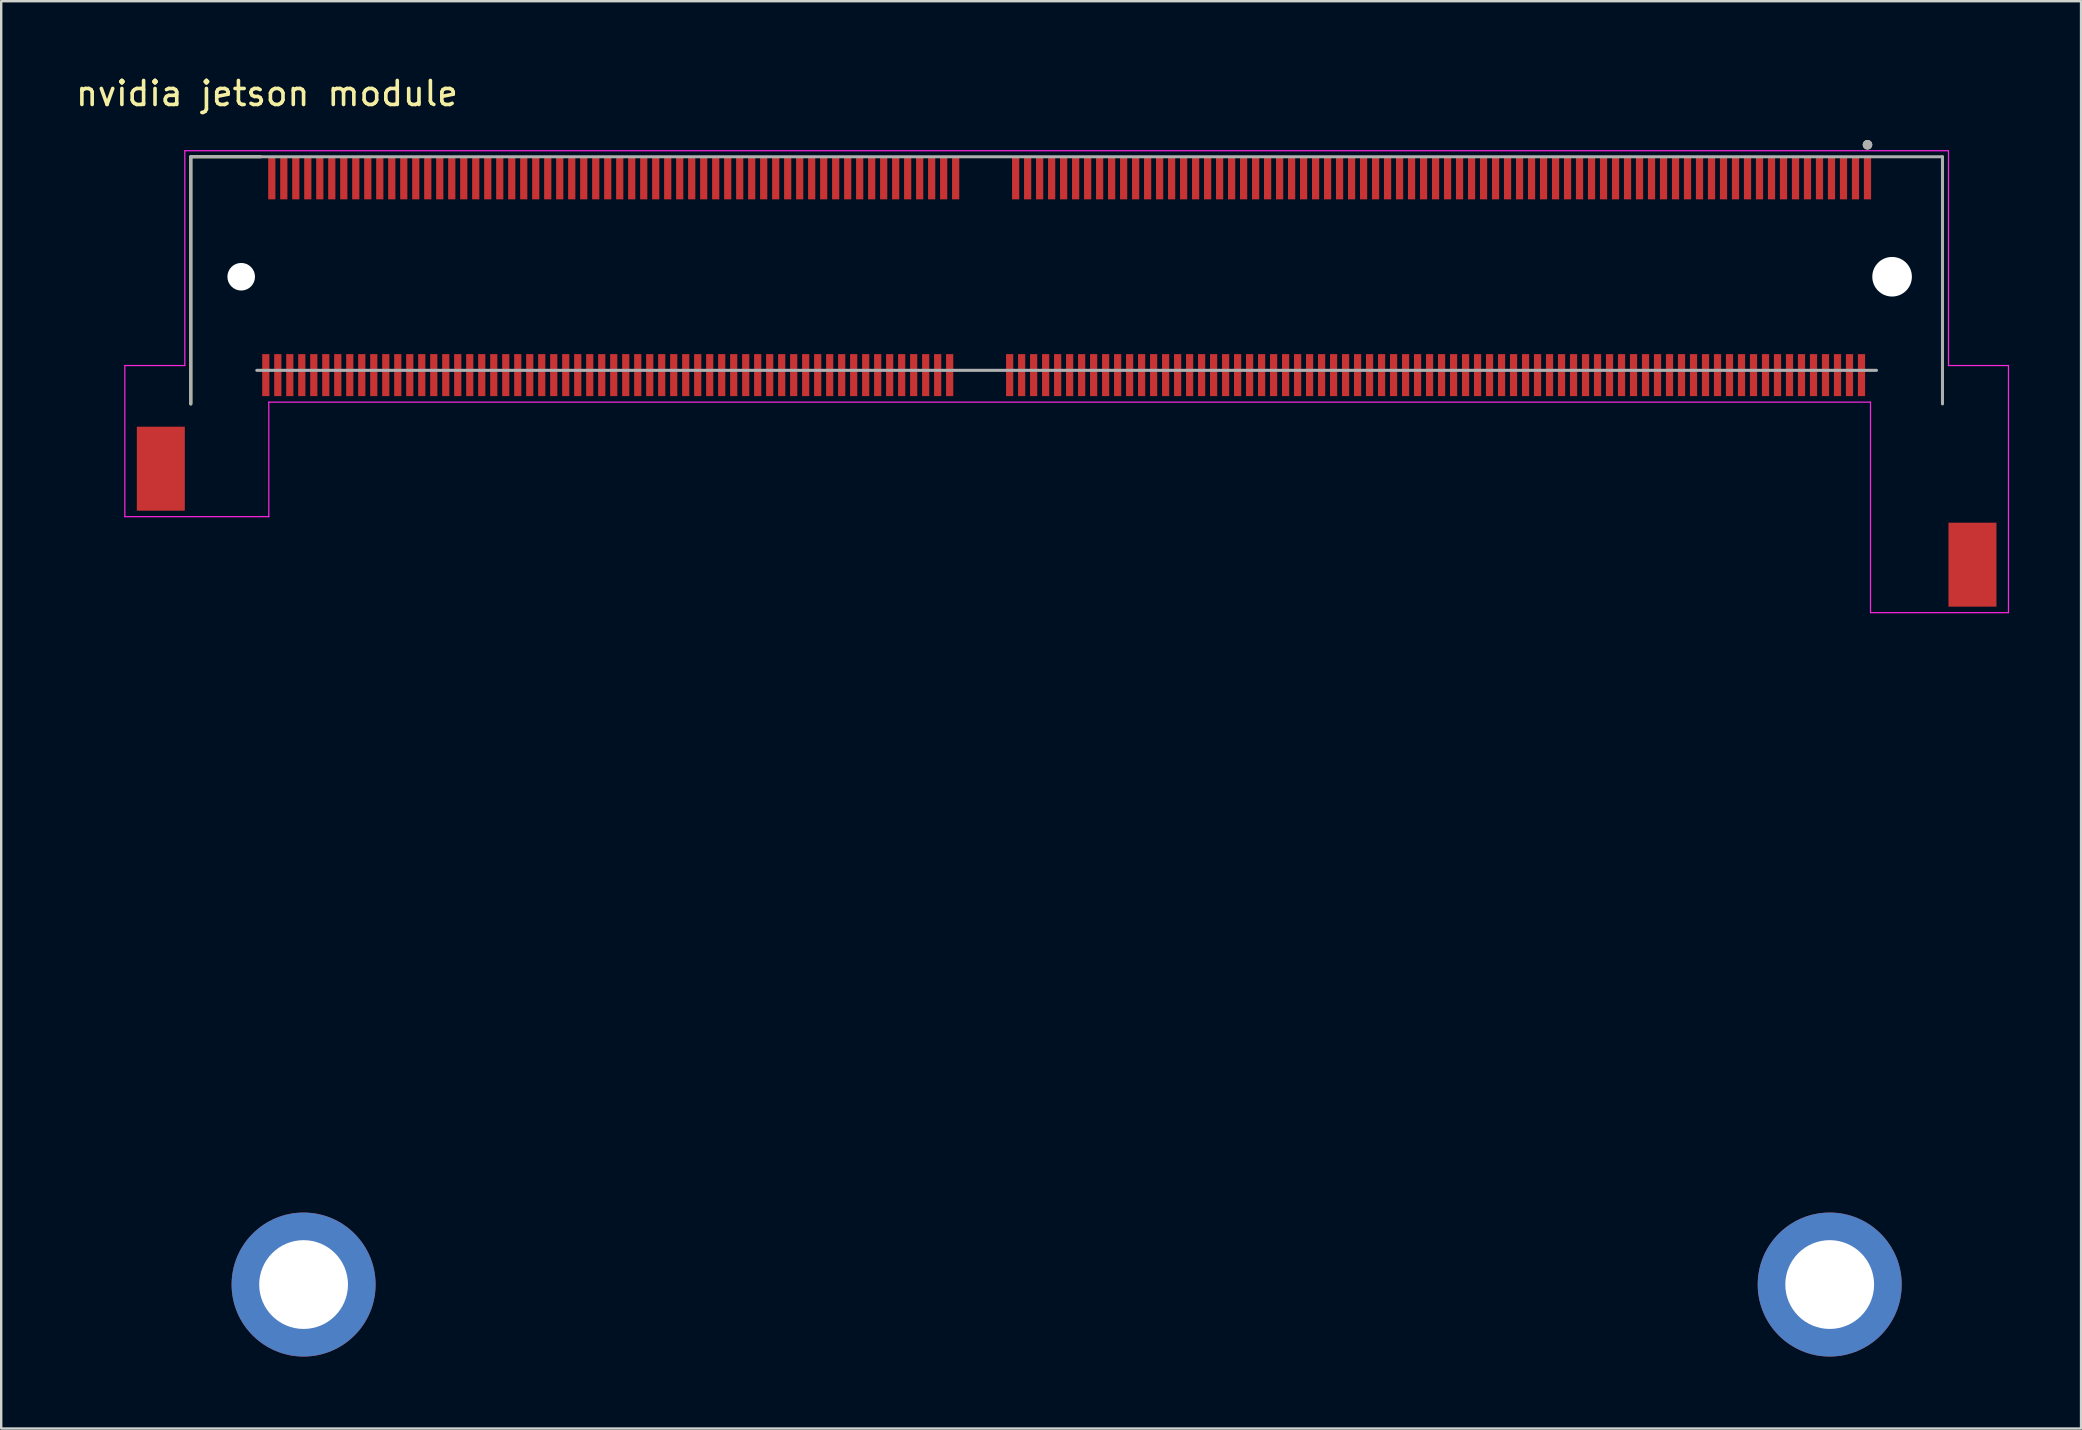
<source format=kicad_pcb>
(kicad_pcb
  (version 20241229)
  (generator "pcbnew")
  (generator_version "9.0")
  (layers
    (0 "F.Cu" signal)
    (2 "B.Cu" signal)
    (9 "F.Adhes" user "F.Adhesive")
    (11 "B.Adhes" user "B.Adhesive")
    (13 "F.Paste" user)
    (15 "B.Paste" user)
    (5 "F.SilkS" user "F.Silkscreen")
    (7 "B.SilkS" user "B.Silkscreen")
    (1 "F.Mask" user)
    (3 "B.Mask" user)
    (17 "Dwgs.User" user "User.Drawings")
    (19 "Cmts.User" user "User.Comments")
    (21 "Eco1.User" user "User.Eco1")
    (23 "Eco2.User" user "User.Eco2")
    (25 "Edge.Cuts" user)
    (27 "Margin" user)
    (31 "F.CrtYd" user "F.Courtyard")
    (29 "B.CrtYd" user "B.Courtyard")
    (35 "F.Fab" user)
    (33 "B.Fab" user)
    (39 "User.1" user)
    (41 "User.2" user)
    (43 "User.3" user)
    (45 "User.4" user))
  (footprint "nvidia jetson module"
    (layer "F.Cu")
    (at 37.902 8.483)
    (property "Reference" "nvidia jetson module" (at -29.825 -7.635 0) (layer "F.SilkS") (effects (font (size 1 1) (thickness 0.15))))
    (attr smd)
    (fp_line (start -33 -5) (end -33 5.3) (stroke (width 0.127) (type solid)) (layer "F.SilkS"))
    (fp_line (start -30.095 -5) (end -33 -5) (stroke (width 0.127) (type solid)) (layer "F.SilkS"))
    (fp_circle (center 36.875 -5.5) (end 36.975 -5.5) (stroke (width 0.2) (type solid)) (fill no) (layer "F.SilkS"))
    (fp_line (start -35.75 3.7) (end -33.25 3.7) (stroke (width 0.05) (type solid)) (layer "F.CrtYd"))
    (fp_line (start -35.75 10) (end -35.75 3.7) (stroke (width 0.05) (type solid)) (layer "F.CrtYd"))
    (fp_line (start -33.25 -5.25) (end 40.25 -5.25) (stroke (width 0.05) (type solid)) (layer "F.CrtYd"))
    (fp_line (start -33.25 3.7) (end -33.25 -5.25) (stroke (width 0.05) (type solid)) (layer "F.CrtYd"))
    (fp_line (start -29.75 5.225) (end -29.75 10) (stroke (width 0.05) (type solid)) (layer "F.CrtYd"))
    (fp_line (start -29.75 10) (end -35.75 10) (stroke (width 0.05) (type solid)) (layer "F.CrtYd"))
    (fp_line (start 37 5.225) (end -29.75 5.225) (stroke (width 0.05) (type solid)) (layer "F.CrtYd"))
    (fp_line (start 37 14) (end 37 5.225) (stroke (width 0.05) (type solid)) (layer "F.CrtYd"))
    (fp_line (start 40.25 -5.25) (end 40.25 3.7) (stroke (width 0.05) (type solid)) (layer "F.CrtYd"))
    (fp_line (start 40.25 3.7) (end 42.75 3.7) (stroke (width 0.05) (type solid)) (layer "F.CrtYd"))
    (fp_line (start 42.75 3.7) (end 42.75 14) (stroke (width 0.05) (type solid)) (layer "F.CrtYd"))
    (fp_line (start 42.75 14) (end 37 14) (stroke (width 0.05) (type solid)) (layer "F.CrtYd"))
    (fp_line (start -33 -5) (end -33 5.3) (stroke (width 0.127) (type solid)) (layer "F.Fab"))
    (fp_line (start -30.25 3.9) (end 37.25 3.9) (stroke (width 0.127) (type solid)) (layer "F.Fab"))
    (fp_line (start 40 -5) (end -33 -5) (stroke (width 0.127) (type solid)) (layer "F.Fab"))
    (fp_line (start 40 5.3) (end 40 -5) (stroke (width 0.127) (type solid)) (layer "F.Fab"))
    (fp_circle (center 36.875 -5.5) (end 36.975 -5.5) (stroke (width 0.2) (type solid)) (fill no) (layer "F.Fab"))
    (pad "" np_thru_hole circle (at -30.9 0) (size 1.15 1.15) (drill 1.15) (layers "*.Cu" "*.Mask"))
    (pad "" np_thru_hole circle (at -28.3 42) (size 6 6) (drill 3.7) (layers "*.Cu" "*.Mask"))
    (pad "" np_thru_hole circle (at 35.3 42) (size 6 6) (drill 3.7) (layers "*.Cu" "*.Mask"))
    (pad "" np_thru_hole circle (at 37.9 0) (size 1.65 1.65) (drill 1.65) (layers "*.Cu" "*.Mask"))
    (pad "1" smd rect (at 36.875 -4.1 90) (size 1.75 0.3) (layers "F.Cu" "F.Mask" "F.Paste"))
    (pad "2" smd rect (at 36.625 4.1 90) (size 1.75 0.3) (layers "F.Cu" "F.Mask" "F.Paste"))
    (pad "3" smd rect (at 36.375 -4.1 90) (size 1.75 0.3) (layers "F.Cu" "F.Mask" "F.Paste"))
    (pad "4" smd rect (at 36.125 4.1 90) (size 1.75 0.3) (layers "F.Cu" "F.Mask" "F.Paste"))
    (pad "5" smd rect (at 35.875 -4.1 90) (size 1.75 0.3) (layers "F.Cu" "F.Mask" "F.Paste"))
    (pad "6" smd rect (at 35.625 4.1 90) (size 1.75 0.3) (layers "F.Cu" "F.Mask" "F.Paste"))
    (pad "7" smd rect (at 35.375 -4.1 90) (size 1.75 0.3) (layers "F.Cu" "F.Mask" "F.Paste"))
    (pad "8" smd rect (at 35.125 4.1 90) (size 1.75 0.3) (layers "F.Cu" "F.Mask" "F.Paste"))
    (pad "9" smd rect (at 34.875 -4.1 90) (size 1.75 0.3) (layers "F.Cu" "F.Mask" "F.Paste"))
    (pad "10" smd rect (at 34.625 4.1 90) (size 1.75 0.3) (layers "F.Cu" "F.Mask" "F.Paste"))
    (pad "11" smd rect (at 34.375 -4.1 90) (size 1.75 0.3) (layers "F.Cu" "F.Mask" "F.Paste"))
    (pad "12" smd rect (at 34.125 4.1 90) (size 1.75 0.3) (layers "F.Cu" "F.Mask" "F.Paste"))
    (pad "13" smd rect (at 33.875 -4.1 90) (size 1.75 0.3) (layers "F.Cu" "F.Mask" "F.Paste"))
    (pad "14" smd rect (at 33.625 4.1 90) (size 1.75 0.3) (layers "F.Cu" "F.Mask" "F.Paste"))
    (pad "15" smd rect (at 33.375 -4.1 90) (size 1.75 0.3) (layers "F.Cu" "F.Mask" "F.Paste"))
    (pad "16" smd rect (at 33.125 4.1 90) (size 1.75 0.3) (layers "F.Cu" "F.Mask" "F.Paste"))
    (pad "17" smd rect (at 32.875 -4.1 90) (size 1.75 0.3) (layers "F.Cu" "F.Mask" "F.Paste"))
    (pad "18" smd rect (at 32.625 4.1 90) (size 1.75 0.3) (layers "F.Cu" "F.Mask" "F.Paste"))
    (pad "19" smd rect (at 32.375 -4.1 90) (size 1.75 0.3) (layers "F.Cu" "F.Mask" "F.Paste"))
    (pad "20" smd rect (at 32.125 4.1 90) (size 1.75 0.3) (layers "F.Cu" "F.Mask" "F.Paste"))
    (pad "21" smd rect (at 31.875 -4.1 90) (size 1.75 0.3) (layers "F.Cu" "F.Mask" "F.Paste"))
    (pad "22" smd rect (at 31.625 4.1 90) (size 1.75 0.3) (layers "F.Cu" "F.Mask" "F.Paste"))
    (pad "23" smd rect (at 31.375 -4.1 90) (size 1.75 0.3) (layers "F.Cu" "F.Mask" "F.Paste"))
    (pad "24" smd rect (at 31.125 4.1 90) (size 1.75 0.3) (layers "F.Cu" "F.Mask" "F.Paste"))
    (pad "25" smd rect (at 30.875 -4.1 90) (size 1.75 0.3) (layers "F.Cu" "F.Mask" "F.Paste"))
    (pad "26" smd rect (at 30.625 4.1 90) (size 1.75 0.3) (layers "F.Cu" "F.Mask" "F.Paste"))
    (pad "27" smd rect (at 30.375 -4.1 90) (size 1.75 0.3) (layers "F.Cu" "F.Mask" "F.Paste"))
    (pad "28" smd rect (at 30.125 4.1 90) (size 1.75 0.3) (layers "F.Cu" "F.Mask" "F.Paste"))
    (pad "29" smd rect (at 29.875 -4.1 90) (size 1.75 0.3) (layers "F.Cu" "F.Mask" "F.Paste"))
    (pad "30" smd rect (at 29.625 4.1 90) (size 1.75 0.3) (layers "F.Cu" "F.Mask" "F.Paste"))
    (pad "31" smd rect (at 29.375 -4.1 90) (size 1.75 0.3) (layers "F.Cu" "F.Mask" "F.Paste"))
    (pad "32" smd rect (at 29.125 4.1 90) (size 1.75 0.3) (layers "F.Cu" "F.Mask" "F.Paste"))
    (pad "33" smd rect (at 28.875 -4.1 90) (size 1.75 0.3) (layers "F.Cu" "F.Mask" "F.Paste"))
    (pad "34" smd rect (at 28.625 4.1 90) (size 1.75 0.3) (layers "F.Cu" "F.Mask" "F.Paste"))
    (pad "35" smd rect (at 28.375 -4.1 90) (size 1.75 0.3) (layers "F.Cu" "F.Mask" "F.Paste"))
    (pad "36" smd rect (at 28.125 4.1 90) (size 1.75 0.3) (layers "F.Cu" "F.Mask" "F.Paste"))
    (pad "37" smd rect (at 27.875 -4.1 90) (size 1.75 0.3) (layers "F.Cu" "F.Mask" "F.Paste"))
    (pad "38" smd rect (at 27.625 4.1 90) (size 1.75 0.3) (layers "F.Cu" "F.Mask" "F.Paste"))
    (pad "39" smd rect (at 27.375 -4.1 90) (size 1.75 0.3) (layers "F.Cu" "F.Mask" "F.Paste"))
    (pad "40" smd rect (at 27.125 4.1 90) (size 1.75 0.3) (layers "F.Cu" "F.Mask" "F.Paste"))
    (pad "41" smd rect (at 26.875 -4.1 90) (size 1.75 0.3) (layers "F.Cu" "F.Mask" "F.Paste"))
    (pad "42" smd rect (at 26.625 4.1 90) (size 1.75 0.3) (layers "F.Cu" "F.Mask" "F.Paste"))
    (pad "43" smd rect (at 26.375 -4.1 90) (size 1.75 0.3) (layers "F.Cu" "F.Mask" "F.Paste"))
    (pad "44" smd rect (at 26.125 4.1 90) (size 1.75 0.3) (layers "F.Cu" "F.Mask" "F.Paste"))
    (pad "45" smd rect (at 25.875 -4.1 90) (size 1.75 0.3) (layers "F.Cu" "F.Mask" "F.Paste"))
    (pad "46" smd rect (at 25.625 4.1 90) (size 1.75 0.3) (layers "F.Cu" "F.Mask" "F.Paste"))
    (pad "47" smd rect (at 25.375 -4.1 90) (size 1.75 0.3) (layers "F.Cu" "F.Mask" "F.Paste"))
    (pad "48" smd rect (at 25.125 4.1 90) (size 1.75 0.3) (layers "F.Cu" "F.Mask" "F.Paste"))
    (pad "49" smd rect (at 24.875 -4.1 90) (size 1.75 0.3) (layers "F.Cu" "F.Mask" "F.Paste"))
    (pad "50" smd rect (at 24.625 4.1 90) (size 1.75 0.3) (layers "F.Cu" "F.Mask" "F.Paste"))
    (pad "51" smd rect (at 24.375 -4.1 90) (size 1.75 0.3) (layers "F.Cu" "F.Mask" "F.Paste"))
    (pad "52" smd rect (at 24.125 4.1 90) (size 1.75 0.3) (layers "F.Cu" "F.Mask" "F.Paste"))
    (pad "53" smd rect (at 23.875 -4.1 90) (size 1.75 0.3) (layers "F.Cu" "F.Mask" "F.Paste"))
    (pad "54" smd rect (at 23.625 4.1 90) (size 1.75 0.3) (layers "F.Cu" "F.Mask" "F.Paste"))
    (pad "55" smd rect (at 23.375 -4.1 90) (size 1.75 0.3) (layers "F.Cu" "F.Mask" "F.Paste"))
    (pad "56" smd rect (at 23.125 4.1 90) (size 1.75 0.3) (layers "F.Cu" "F.Mask" "F.Paste"))
    (pad "57" smd rect (at 22.875 -4.1 90) (size 1.75 0.3) (layers "F.Cu" "F.Mask" "F.Paste"))
    (pad "58" smd rect (at 22.625 4.1 90) (size 1.75 0.3) (layers "F.Cu" "F.Mask" "F.Paste"))
    (pad "59" smd rect (at 22.375 -4.1 90) (size 1.75 0.3) (layers "F.Cu" "F.Mask" "F.Paste"))
    (pad "60" smd rect (at 22.125 4.1 90) (size 1.75 0.3) (layers "F.Cu" "F.Mask" "F.Paste"))
    (pad "61" smd rect (at 21.875 -4.1 90) (size 1.75 0.3) (layers "F.Cu" "F.Mask" "F.Paste"))
    (pad "62" smd rect (at 21.625 4.1 90) (size 1.75 0.3) (layers "F.Cu" "F.Mask" "F.Paste"))
    (pad "63" smd rect (at 21.375 -4.1 90) (size 1.75 0.3) (layers "F.Cu" "F.Mask" "F.Paste"))
    (pad "64" smd rect (at 21.125 4.1 90) (size 1.75 0.3) (layers "F.Cu" "F.Mask" "F.Paste"))
    (pad "65" smd rect (at 20.875 -4.1 90) (size 1.75 0.3) (layers "F.Cu" "F.Mask" "F.Paste"))
    (pad "66" smd rect (at 20.625 4.1 90) (size 1.75 0.3) (layers "F.Cu" "F.Mask" "F.Paste"))
    (pad "67" smd rect (at 20.375 -4.1 90) (size 1.75 0.3) (layers "F.Cu" "F.Mask" "F.Paste"))
    (pad "68" smd rect (at 20.125 4.1 90) (size 1.75 0.3) (layers "F.Cu" "F.Mask" "F.Paste"))
    (pad "69" smd rect (at 19.875 -4.1 90) (size 1.75 0.3) (layers "F.Cu" "F.Mask" "F.Paste"))
    (pad "70" smd rect (at 19.625 4.1 90) (size 1.75 0.3) (layers "F.Cu" "F.Mask" "F.Paste"))
    (pad "71" smd rect (at 19.375 -4.1 90) (size 1.75 0.3) (layers "F.Cu" "F.Mask" "F.Paste"))
    (pad "72" smd rect (at 19.125 4.1 90) (size 1.75 0.3) (layers "F.Cu" "F.Mask" "F.Paste"))
    (pad "73" smd rect (at 18.875 -4.1 90) (size 1.75 0.3) (layers "F.Cu" "F.Mask" "F.Paste"))
    (pad "74" smd rect (at 18.625 4.1 90) (size 1.75 0.3) (layers "F.Cu" "F.Mask" "F.Paste"))
    (pad "75" smd rect (at 18.375 -4.1 90) (size 1.75 0.3) (layers "F.Cu" "F.Mask" "F.Paste"))
    (pad "76" smd rect (at 18.125 4.1 90) (size 1.75 0.3) (layers "F.Cu" "F.Mask" "F.Paste"))
    (pad "77" smd rect (at 17.875 -4.1 90) (size 1.75 0.3) (layers "F.Cu" "F.Mask" "F.Paste"))
    (pad "78" smd rect (at 17.625 4.1 90) (size 1.75 0.3) (layers "F.Cu" "F.Mask" "F.Paste"))
    (pad "79" smd rect (at 17.375 -4.1 90) (size 1.75 0.3) (layers "F.Cu" "F.Mask" "F.Paste"))
    (pad "80" smd rect (at 17.125 4.1 90) (size 1.75 0.3) (layers "F.Cu" "F.Mask" "F.Paste"))
    (pad "81" smd rect (at 16.875 -4.1 90) (size 1.75 0.3) (layers "F.Cu" "F.Mask" "F.Paste"))
    (pad "82" smd rect (at 16.625 4.1 90) (size 1.75 0.3) (layers "F.Cu" "F.Mask" "F.Paste"))
    (pad "83" smd rect (at 16.375 -4.1 90) (size 1.75 0.3) (layers "F.Cu" "F.Mask" "F.Paste"))
    (pad "84" smd rect (at 16.125 4.1 90) (size 1.75 0.3) (layers "F.Cu" "F.Mask" "F.Paste"))
    (pad "85" smd rect (at 15.875 -4.1 90) (size 1.75 0.3) (layers "F.Cu" "F.Mask" "F.Paste"))
    (pad "86" smd rect (at 15.625 4.1 90) (size 1.75 0.3) (layers "F.Cu" "F.Mask" "F.Paste"))
    (pad "87" smd rect (at 15.375 -4.1 90) (size 1.75 0.3) (layers "F.Cu" "F.Mask" "F.Paste"))
    (pad "88" smd rect (at 15.125 4.1 90) (size 1.75 0.3) (layers "F.Cu" "F.Mask" "F.Paste"))
    (pad "89" smd rect (at 14.875 -4.1 90) (size 1.75 0.3) (layers "F.Cu" "F.Mask" "F.Paste"))
    (pad "90" smd rect (at 14.625 4.1 90) (size 1.75 0.3) (layers "F.Cu" "F.Mask" "F.Paste"))
    (pad "91" smd rect (at 14.375 -4.1 90) (size 1.75 0.3) (layers "F.Cu" "F.Mask" "F.Paste"))
    (pad "92" smd rect (at 14.125 4.1 90) (size 1.75 0.3) (layers "F.Cu" "F.Mask" "F.Paste"))
    (pad "93" smd rect (at 13.875 -4.1 90) (size 1.75 0.3) (layers "F.Cu" "F.Mask" "F.Paste"))
    (pad "94" smd rect (at 13.625 4.1 90) (size 1.75 0.3) (layers "F.Cu" "F.Mask" "F.Paste"))
    (pad "95" smd rect (at 13.375 -4.1 90) (size 1.75 0.3) (layers "F.Cu" "F.Mask" "F.Paste"))
    (pad "96" smd rect (at 13.125 4.1 90) (size 1.75 0.3) (layers "F.Cu" "F.Mask" "F.Paste"))
    (pad "97" smd rect (at 12.875 -4.1 90) (size 1.75 0.3) (layers "F.Cu" "F.Mask" "F.Paste"))
    (pad "98" smd rect (at 12.625 4.1 90) (size 1.75 0.3) (layers "F.Cu" "F.Mask" "F.Paste"))
    (pad "99" smd rect (at 12.375 -4.1 90) (size 1.75 0.3) (layers "F.Cu" "F.Mask" "F.Paste"))
    (pad "100" smd rect (at 12.125 4.1 90) (size 1.75 0.3) (layers "F.Cu" "F.Mask" "F.Paste"))
    (pad "101" smd rect (at 11.875 -4.1 90) (size 1.75 0.3) (layers "F.Cu" "F.Mask" "F.Paste"))
    (pad "102" smd rect (at 11.625 4.1 90) (size 1.75 0.3) (layers "F.Cu" "F.Mask" "F.Paste"))
    (pad "103" smd rect (at 11.375 -4.1 90) (size 1.75 0.3) (layers "F.Cu" "F.Mask" "F.Paste"))
    (pad "104" smd rect (at 11.125 4.1 90) (size 1.75 0.3) (layers "F.Cu" "F.Mask" "F.Paste"))
    (pad "105" smd rect (at 10.875 -4.1 90) (size 1.75 0.3) (layers "F.Cu" "F.Mask" "F.Paste"))
    (pad "106" smd rect (at 10.625 4.1 90) (size 1.75 0.3) (layers "F.Cu" "F.Mask" "F.Paste"))
    (pad "107" smd rect (at 10.375 -4.1 90) (size 1.75 0.3) (layers "F.Cu" "F.Mask" "F.Paste"))
    (pad "108" smd rect (at 10.125 4.1 90) (size 1.75 0.3) (layers "F.Cu" "F.Mask" "F.Paste"))
    (pad "109" smd rect (at 9.875 -4.1 90) (size 1.75 0.3) (layers "F.Cu" "F.Mask" "F.Paste"))
    (pad "110" smd rect (at 9.625 4.1 90) (size 1.75 0.3) (layers "F.Cu" "F.Mask" "F.Paste"))
    (pad "111" smd rect (at 9.375 -4.1 90) (size 1.75 0.3) (layers "F.Cu" "F.Mask" "F.Paste"))
    (pad "112" smd rect (at 9.125 4.1 90) (size 1.75 0.3) (layers "F.Cu" "F.Mask" "F.Paste"))
    (pad "113" smd rect (at 8.875 -4.1 90) (size 1.75 0.3) (layers "F.Cu" "F.Mask" "F.Paste"))
    (pad "114" smd rect (at 8.625 4.1 90) (size 1.75 0.3) (layers "F.Cu" "F.Mask" "F.Paste"))
    (pad "115" smd rect (at 8.375 -4.1 90) (size 1.75 0.3) (layers "F.Cu" "F.Mask" "F.Paste"))
    (pad "116" smd rect (at 8.125 4.1 90) (size 1.75 0.3) (layers "F.Cu" "F.Mask" "F.Paste"))
    (pad "117" smd rect (at 7.875 -4.1 90) (size 1.75 0.3) (layers "F.Cu" "F.Mask" "F.Paste"))
    (pad "118" smd rect (at 7.625 4.1 90) (size 1.75 0.3) (layers "F.Cu" "F.Mask" "F.Paste"))
    (pad "119" smd rect (at 7.375 -4.1 90) (size 1.75 0.3) (layers "F.Cu" "F.Mask" "F.Paste"))
    (pad "120" smd rect (at 7.125 4.1 90) (size 1.75 0.3) (layers "F.Cu" "F.Mask" "F.Paste"))
    (pad "121" smd rect (at 6.875 -4.1 90) (size 1.75 0.3) (layers "F.Cu" "F.Mask" "F.Paste"))
    (pad "122" smd rect (at 6.625 4.1 90) (size 1.75 0.3) (layers "F.Cu" "F.Mask" "F.Paste"))
    (pad "123" smd rect (at 6.375 -4.1 90) (size 1.75 0.3) (layers "F.Cu" "F.Mask" "F.Paste"))
    (pad "124" smd rect (at 6.125 4.1 90) (size 1.75 0.3) (layers "F.Cu" "F.Mask" "F.Paste"))
    (pad "125" smd rect (at 5.875 -4.1 90) (size 1.75 0.3) (layers "F.Cu" "F.Mask" "F.Paste"))
    (pad "126" smd rect (at 5.625 4.1 90) (size 1.75 0.3) (layers "F.Cu" "F.Mask" "F.Paste"))
    (pad "127" smd rect (at 5.375 -4.1 90) (size 1.75 0.3) (layers "F.Cu" "F.Mask" "F.Paste"))
    (pad "128" smd rect (at 5.125 4.1 90) (size 1.75 0.3) (layers "F.Cu" "F.Mask" "F.Paste"))
    (pad "129" smd rect (at 4.875 -4.1 90) (size 1.75 0.3) (layers "F.Cu" "F.Mask" "F.Paste"))
    (pad "130" smd rect (at 4.625 4.1 90) (size 1.75 0.3) (layers "F.Cu" "F.Mask" "F.Paste"))
    (pad "131" smd rect (at 4.375 -4.1 90) (size 1.75 0.3) (layers "F.Cu" "F.Mask" "F.Paste"))
    (pad "132" smd rect (at 4.125 4.1 90) (size 1.75 0.3) (layers "F.Cu" "F.Mask" "F.Paste"))
    (pad "133" smd rect (at 3.875 -4.1 90) (size 1.75 0.3) (layers "F.Cu" "F.Mask" "F.Paste"))
    (pad "134" smd rect (at 3.625 4.1 90) (size 1.75 0.3) (layers "F.Cu" "F.Mask" "F.Paste"))
    (pad "135" smd rect (at 3.375 -4.1 90) (size 1.75 0.3) (layers "F.Cu" "F.Mask" "F.Paste"))
    (pad "136" smd rect (at 3.125 4.1 90) (size 1.75 0.3) (layers "F.Cu" "F.Mask" "F.Paste"))
    (pad "137" smd rect (at 2.875 -4.1 90) (size 1.75 0.3) (layers "F.Cu" "F.Mask" "F.Paste"))
    (pad "138" smd rect (at 2.625 4.1 90) (size 1.75 0.3) (layers "F.Cu" "F.Mask" "F.Paste"))
    (pad "139" smd rect (at 2.375 -4.1 90) (size 1.75 0.3) (layers "F.Cu" "F.Mask" "F.Paste"))
    (pad "140" smd rect (at 2.125 4.1 90) (size 1.75 0.3) (layers "F.Cu" "F.Mask" "F.Paste"))
    (pad "141" smd rect (at 1.875 -4.1 90) (size 1.75 0.3) (layers "F.Cu" "F.Mask" "F.Paste"))
    (pad "142" smd rect (at 1.625 4.1 90) (size 1.75 0.3) (layers "F.Cu" "F.Mask" "F.Paste"))
    (pad "143" smd rect (at 1.375 -4.1 90) (size 1.75 0.3) (layers "F.Cu" "F.Mask" "F.Paste"))
    (pad "144" smd rect (at 1.125 4.1 90) (size 1.75 0.3) (layers "F.Cu" "F.Mask" "F.Paste"))
    (pad "145" smd rect (at -1.125 -4.1 90) (size 1.75 0.3) (layers "F.Cu" "F.Mask" "F.Paste"))
    (pad "146" smd rect (at -1.375 4.1 90) (size 1.75 0.3) (layers "F.Cu" "F.Mask" "F.Paste"))
    (pad "147" smd rect (at -1.625 -4.1 90) (size 1.75 0.3) (layers "F.Cu" "F.Mask" "F.Paste"))
    (pad "148" smd rect (at -1.875 4.1 90) (size 1.75 0.3) (layers "F.Cu" "F.Mask" "F.Paste"))
    (pad "149" smd rect (at -2.125 -4.1 90) (size 1.75 0.3) (layers "F.Cu" "F.Mask" "F.Paste"))
    (pad "150" smd rect (at -2.375 4.1 90) (size 1.75 0.3) (layers "F.Cu" "F.Mask" "F.Paste"))
    (pad "151" smd rect (at -2.625 -4.1 90) (size 1.75 0.3) (layers "F.Cu" "F.Mask" "F.Paste"))
    (pad "152" smd rect (at -2.875 4.1 90) (size 1.75 0.3) (layers "F.Cu" "F.Mask" "F.Paste"))
    (pad "153" smd rect (at -3.125 -4.1 90) (size 1.75 0.3) (layers "F.Cu" "F.Mask" "F.Paste"))
    (pad "154" smd rect (at -3.375 4.1 90) (size 1.75 0.3) (layers "F.Cu" "F.Mask" "F.Paste"))
    (pad "155" smd rect (at -3.625 -4.1 90) (size 1.75 0.3) (layers "F.Cu" "F.Mask" "F.Paste"))
    (pad "156" smd rect (at -3.875 4.1 90) (size 1.75 0.3) (layers "F.Cu" "F.Mask" "F.Paste"))
    (pad "157" smd rect (at -4.125 -4.1 90) (size 1.75 0.3) (layers "F.Cu" "F.Mask" "F.Paste"))
    (pad "158" smd rect (at -4.375 4.1 90) (size 1.75 0.3) (layers "F.Cu" "F.Mask" "F.Paste"))
    (pad "159" smd rect (at -4.625 -4.1 90) (size 1.75 0.3) (layers "F.Cu" "F.Mask" "F.Paste"))
    (pad "160" smd rect (at -4.875 4.1 90) (size 1.75 0.3) (layers "F.Cu" "F.Mask" "F.Paste"))
    (pad "161" smd rect (at -5.125 -4.1 90) (size 1.75 0.3) (layers "F.Cu" "F.Mask" "F.Paste"))
    (pad "162" smd rect (at -5.375 4.1 90) (size 1.75 0.3) (layers "F.Cu" "F.Mask" "F.Paste"))
    (pad "163" smd rect (at -5.625 -4.1 90) (size 1.75 0.3) (layers "F.Cu" "F.Mask" "F.Paste"))
    (pad "164" smd rect (at -5.875 4.1 90) (size 1.75 0.3) (layers "F.Cu" "F.Mask" "F.Paste"))
    (pad "165" smd rect (at -6.125 -4.1 90) (size 1.75 0.3) (layers "F.Cu" "F.Mask" "F.Paste"))
    (pad "166" smd rect (at -6.375 4.1 90) (size 1.75 0.3) (layers "F.Cu" "F.Mask" "F.Paste"))
    (pad "167" smd rect (at -6.625 -4.1 90) (size 1.75 0.3) (layers "F.Cu" "F.Mask" "F.Paste"))
    (pad "168" smd rect (at -6.875 4.1 90) (size 1.75 0.3) (layers "F.Cu" "F.Mask" "F.Paste"))
    (pad "169" smd rect (at -7.125 -4.1 90) (size 1.75 0.3) (layers "F.Cu" "F.Mask" "F.Paste"))
    (pad "170" smd rect (at -7.375 4.1 90) (size 1.75 0.3) (layers "F.Cu" "F.Mask" "F.Paste"))
    (pad "171" smd rect (at -7.625 -4.1 90) (size 1.75 0.3) (layers "F.Cu" "F.Mask" "F.Paste"))
    (pad "172" smd rect (at -7.875 4.1 90) (size 1.75 0.3) (layers "F.Cu" "F.Mask" "F.Paste"))
    (pad "173" smd rect (at -8.125 -4.1 90) (size 1.75 0.3) (layers "F.Cu" "F.Mask" "F.Paste"))
    (pad "174" smd rect (at -8.375 4.1 90) (size 1.75 0.3) (layers "F.Cu" "F.Mask" "F.Paste"))
    (pad "175" smd rect (at -8.625 -4.1 90) (size 1.75 0.3) (layers "F.Cu" "F.Mask" "F.Paste"))
    (pad "176" smd rect (at -8.875 4.1 90) (size 1.75 0.3) (layers "F.Cu" "F.Mask" "F.Paste"))
    (pad "177" smd rect (at -9.125 -4.1 90) (size 1.75 0.3) (layers "F.Cu" "F.Mask" "F.Paste"))
    (pad "178" smd rect (at -9.375 4.1 90) (size 1.75 0.3) (layers "F.Cu" "F.Mask" "F.Paste"))
    (pad "179" smd rect (at -9.625 -4.1 90) (size 1.75 0.3) (layers "F.Cu" "F.Mask" "F.Paste"))
    (pad "180" smd rect (at -9.875 4.1 90) (size 1.75 0.3) (layers "F.Cu" "F.Mask" "F.Paste"))
    (pad "181" smd rect (at -10.125 -4.1 90) (size 1.75 0.3) (layers "F.Cu" "F.Mask" "F.Paste"))
    (pad "182" smd rect (at -10.375 4.1 90) (size 1.75 0.3) (layers "F.Cu" "F.Mask" "F.Paste"))
    (pad "183" smd rect (at -10.625 -4.1 90) (size 1.75 0.3) (layers "F.Cu" "F.Mask" "F.Paste"))
    (pad "184" smd rect (at -10.875 4.1 90) (size 1.75 0.3) (layers "F.Cu" "F.Mask" "F.Paste"))
    (pad "185" smd rect (at -11.125 -4.1 90) (size 1.75 0.3) (layers "F.Cu" "F.Mask" "F.Paste"))
    (pad "186" smd rect (at -11.375 4.1 90) (size 1.75 0.3) (layers "F.Cu" "F.Mask" "F.Paste"))
    (pad "187" smd rect (at -11.625 -4.1 90) (size 1.75 0.3) (layers "F.Cu" "F.Mask" "F.Paste"))
    (pad "188" smd rect (at -11.875 4.1 90) (size 1.75 0.3) (layers "F.Cu" "F.Mask" "F.Paste"))
    (pad "189" smd rect (at -12.125 -4.1 90) (size 1.75 0.3) (layers "F.Cu" "F.Mask" "F.Paste"))
    (pad "190" smd rect (at -12.375 4.1 90) (size 1.75 0.3) (layers "F.Cu" "F.Mask" "F.Paste"))
    (pad "191" smd rect (at -12.625 -4.1 90) (size 1.75 0.3) (layers "F.Cu" "F.Mask" "F.Paste"))
    (pad "192" smd rect (at -12.875 4.1 90) (size 1.75 0.3) (layers "F.Cu" "F.Mask" "F.Paste"))
    (pad "193" smd rect (at -13.125 -4.1 90) (size 1.75 0.3) (layers "F.Cu" "F.Mask" "F.Paste"))
    (pad "194" smd rect (at -13.375 4.1 90) (size 1.75 0.3) (layers "F.Cu" "F.Mask" "F.Paste"))
    (pad "195" smd rect (at -13.625 -4.1 90) (size 1.75 0.3) (layers "F.Cu" "F.Mask" "F.Paste"))
    (pad "196" smd rect (at -13.875 4.1 90) (size 1.75 0.3) (layers "F.Cu" "F.Mask" "F.Paste"))
    (pad "197" smd rect (at -14.125 -4.1 90) (size 1.75 0.3) (layers "F.Cu" "F.Mask" "F.Paste"))
    (pad "198" smd rect (at -14.375 4.1 90) (size 1.75 0.3) (layers "F.Cu" "F.Mask" "F.Paste"))
    (pad "199" smd rect (at -14.625 -4.1 90) (size 1.75 0.3) (layers "F.Cu" "F.Mask" "F.Paste"))
    (pad "200" smd rect (at -14.875 4.1 90) (size 1.75 0.3) (layers "F.Cu" "F.Mask" "F.Paste"))
    (pad "201" smd rect (at -15.125 -4.1 90) (size 1.75 0.3) (layers "F.Cu" "F.Mask" "F.Paste"))
    (pad "202" smd rect (at -15.375 4.1 90) (size 1.75 0.3) (layers "F.Cu" "F.Mask" "F.Paste"))
    (pad "203" smd rect (at -15.625 -4.1 90) (size 1.75 0.3) (layers "F.Cu" "F.Mask" "F.Paste"))
    (pad "204" smd rect (at -15.875 4.1 90) (size 1.75 0.3) (layers "F.Cu" "F.Mask" "F.Paste"))
    (pad "205" smd rect (at -16.125 -4.1 90) (size 1.75 0.3) (layers "F.Cu" "F.Mask" "F.Paste"))
    (pad "206" smd rect (at -16.375 4.1 90) (size 1.75 0.3) (layers "F.Cu" "F.Mask" "F.Paste"))
    (pad "207" smd rect (at -16.625 -4.1 90) (size 1.75 0.3) (layers "F.Cu" "F.Mask" "F.Paste"))
    (pad "208" smd rect (at -16.875 4.1 90) (size 1.75 0.3) (layers "F.Cu" "F.Mask" "F.Paste"))
    (pad "209" smd rect (at -17.125 -4.1 90) (size 1.75 0.3) (layers "F.Cu" "F.Mask" "F.Paste"))
    (pad "210" smd rect (at -17.375 4.1 90) (size 1.75 0.3) (layers "F.Cu" "F.Mask" "F.Paste"))
    (pad "211" smd rect (at -17.625 -4.1 90) (size 1.75 0.3) (layers "F.Cu" "F.Mask" "F.Paste"))
    (pad "212" smd rect (at -17.875 4.1 90) (size 1.75 0.3) (layers "F.Cu" "F.Mask" "F.Paste"))
    (pad "213" smd rect (at -18.125 -4.1 90) (size 1.75 0.3) (layers "F.Cu" "F.Mask" "F.Paste"))
    (pad "214" smd rect (at -18.375 4.1 90) (size 1.75 0.3) (layers "F.Cu" "F.Mask" "F.Paste"))
    (pad "215" smd rect (at -18.625 -4.1 90) (size 1.75 0.3) (layers "F.Cu" "F.Mask" "F.Paste"))
    (pad "216" smd rect (at -18.875 4.1 90) (size 1.75 0.3) (layers "F.Cu" "F.Mask" "F.Paste"))
    (pad "217" smd rect (at -19.125 -4.1 90) (size 1.75 0.3) (layers "F.Cu" "F.Mask" "F.Paste"))
    (pad "218" smd rect (at -19.375 4.1 90) (size 1.75 0.3) (layers "F.Cu" "F.Mask" "F.Paste"))
    (pad "219" smd rect (at -19.625 -4.1 90) (size 1.75 0.3) (layers "F.Cu" "F.Mask" "F.Paste"))
    (pad "220" smd rect (at -19.875 4.1 90) (size 1.75 0.3) (layers "F.Cu" "F.Mask" "F.Paste"))
    (pad "221" smd rect (at -20.125 -4.1 90) (size 1.75 0.3) (layers "F.Cu" "F.Mask" "F.Paste"))
    (pad "222" smd rect (at -20.375 4.1 90) (size 1.75 0.3) (layers "F.Cu" "F.Mask" "F.Paste"))
    (pad "223" smd rect (at -20.625 -4.1 90) (size 1.75 0.3) (layers "F.Cu" "F.Mask" "F.Paste"))
    (pad "224" smd rect (at -20.875 4.1 90) (size 1.75 0.3) (layers "F.Cu" "F.Mask" "F.Paste"))
    (pad "225" smd rect (at -21.125 -4.1 90) (size 1.75 0.3) (layers "F.Cu" "F.Mask" "F.Paste"))
    (pad "226" smd rect (at -21.375 4.1 90) (size 1.75 0.3) (layers "F.Cu" "F.Mask" "F.Paste"))
    (pad "227" smd rect (at -21.625 -4.1 90) (size 1.75 0.3) (layers "F.Cu" "F.Mask" "F.Paste"))
    (pad "228" smd rect (at -21.875 4.1 90) (size 1.75 0.3) (layers "F.Cu" "F.Mask" "F.Paste"))
    (pad "229" smd rect (at -22.125 -4.1 90) (size 1.75 0.3) (layers "F.Cu" "F.Mask" "F.Paste"))
    (pad "230" smd rect (at -22.375 4.1 90) (size 1.75 0.3) (layers "F.Cu" "F.Mask" "F.Paste"))
    (pad "231" smd rect (at -22.625 -4.1 90) (size 1.75 0.3) (layers "F.Cu" "F.Mask" "F.Paste"))
    (pad "232" smd rect (at -22.875 4.1 90) (size 1.75 0.3) (layers "F.Cu" "F.Mask" "F.Paste"))
    (pad "233" smd rect (at -23.125 -4.1 90) (size 1.75 0.3) (layers "F.Cu" "F.Mask" "F.Paste"))
    (pad "234" smd rect (at -23.375 4.1 90) (size 1.75 0.3) (layers "F.Cu" "F.Mask" "F.Paste"))
    (pad "235" smd rect (at -23.625 -4.1 90) (size 1.75 0.3) (layers "F.Cu" "F.Mask" "F.Paste"))
    (pad "236" smd rect (at -23.875 4.1 90) (size 1.75 0.3) (layers "F.Cu" "F.Mask" "F.Paste"))
    (pad "237" smd rect (at -24.125 -4.1 90) (size 1.75 0.3) (layers "F.Cu" "F.Mask" "F.Paste"))
    (pad "238" smd rect (at -24.375 4.1 90) (size 1.75 0.3) (layers "F.Cu" "F.Mask" "F.Paste"))
    (pad "239" smd rect (at -24.625 -4.1 90) (size 1.75 0.3) (layers "F.Cu" "F.Mask" "F.Paste"))
    (pad "240" smd rect (at -24.875 4.1 90) (size 1.75 0.3) (layers "F.Cu" "F.Mask" "F.Paste"))
    (pad "241" smd rect (at -25.125 -4.1 90) (size 1.75 0.3) (layers "F.Cu" "F.Mask" "F.Paste"))
    (pad "242" smd rect (at -25.375 4.1 90) (size 1.75 0.3) (layers "F.Cu" "F.Mask" "F.Paste"))
    (pad "243" smd rect (at -25.625 -4.1 90) (size 1.75 0.3) (layers "F.Cu" "F.Mask" "F.Paste"))
    (pad "244" smd rect (at -25.875 4.1 90) (size 1.75 0.3) (layers "F.Cu" "F.Mask" "F.Paste"))
    (pad "245" smd rect (at -26.125 -4.1 90) (size 1.75 0.3) (layers "F.Cu" "F.Mask" "F.Paste"))
    (pad "246" smd rect (at -26.375 4.1 90) (size 1.75 0.3) (layers "F.Cu" "F.Mask" "F.Paste"))
    (pad "247" smd rect (at -26.625 -4.1 90) (size 1.75 0.3) (layers "F.Cu" "F.Mask" "F.Paste"))
    (pad "248" smd rect (at -26.875 4.1 90) (size 1.75 0.3) (layers "F.Cu" "F.Mask" "F.Paste"))
    (pad "249" smd rect (at -27.125 -4.1 90) (size 1.75 0.3) (layers "F.Cu" "F.Mask" "F.Paste"))
    (pad "250" smd rect (at -27.375 4.1 90) (size 1.75 0.3) (layers "F.Cu" "F.Mask" "F.Paste"))
    (pad "251" smd rect (at -27.625 -4.1 90) (size 1.75 0.3) (layers "F.Cu" "F.Mask" "F.Paste"))
    (pad "252" smd rect (at -27.875 4.1 90) (size 1.75 0.3) (layers "F.Cu" "F.Mask" "F.Paste"))
    (pad "253" smd rect (at -28.125 -4.1 90) (size 1.75 0.3) (layers "F.Cu" "F.Mask" "F.Paste"))
    (pad "254" smd rect (at -28.375 4.1 90) (size 1.75 0.3) (layers "F.Cu" "F.Mask" "F.Paste"))
    (pad "255" smd rect (at -28.625 -4.1 90) (size 1.75 0.3) (layers "F.Cu" "F.Mask" "F.Paste"))
    (pad "256" smd rect (at -28.875 4.1 90) (size 1.75 0.3) (layers "F.Cu" "F.Mask" "F.Paste"))
    (pad "257" smd rect (at -29.125 -4.1 90) (size 1.75 0.3) (layers "F.Cu" "F.Mask" "F.Paste"))
    (pad "258" smd rect (at -29.375 4.1 90) (size 1.75 0.3) (layers "F.Cu" "F.Mask" "F.Paste"))
    (pad "259" smd rect (at -29.625 -4.1 90) (size 1.75 0.3) (layers "F.Cu" "F.Mask" "F.Paste"))
    (pad "260" smd rect (at -29.875 4.1 90) (size 1.75 0.3) (layers "F.Cu" "F.Mask" "F.Paste"))
    (pad "261" smd rect (at -34.25 8 180) (size 2 3.5) (layers "F.Cu" "F.Mask" "F.Paste"))
    (pad "262" smd rect (at 41.25 12 180) (size 2 3.5) (layers "F.Cu" "F.Mask" "F.Paste")))
  (gr_rect
    (start -3 -3)
    (end 83.677 56.483)
    (stroke (width 0.1) (type default))
    (fill no)
    (layer "Edge.Cuts")))
</source>
